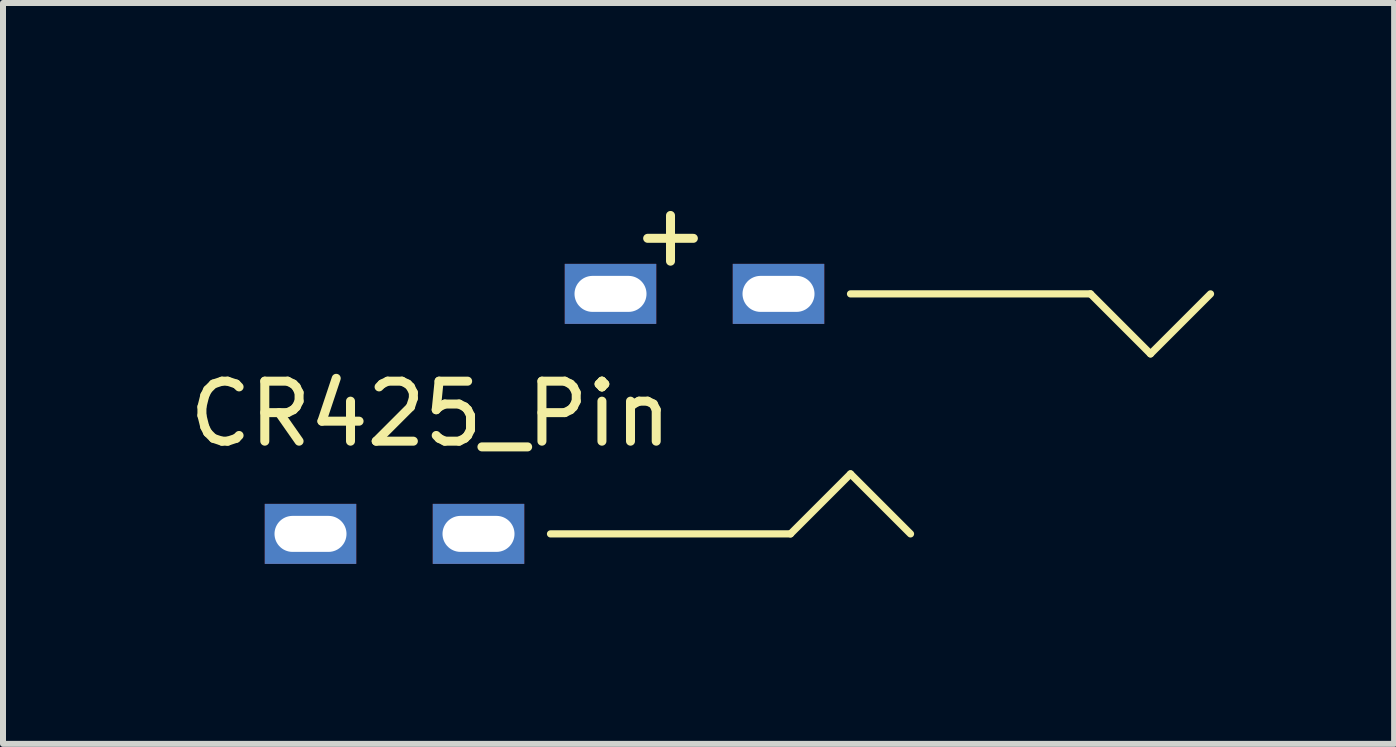
<source format=kicad_pcb>
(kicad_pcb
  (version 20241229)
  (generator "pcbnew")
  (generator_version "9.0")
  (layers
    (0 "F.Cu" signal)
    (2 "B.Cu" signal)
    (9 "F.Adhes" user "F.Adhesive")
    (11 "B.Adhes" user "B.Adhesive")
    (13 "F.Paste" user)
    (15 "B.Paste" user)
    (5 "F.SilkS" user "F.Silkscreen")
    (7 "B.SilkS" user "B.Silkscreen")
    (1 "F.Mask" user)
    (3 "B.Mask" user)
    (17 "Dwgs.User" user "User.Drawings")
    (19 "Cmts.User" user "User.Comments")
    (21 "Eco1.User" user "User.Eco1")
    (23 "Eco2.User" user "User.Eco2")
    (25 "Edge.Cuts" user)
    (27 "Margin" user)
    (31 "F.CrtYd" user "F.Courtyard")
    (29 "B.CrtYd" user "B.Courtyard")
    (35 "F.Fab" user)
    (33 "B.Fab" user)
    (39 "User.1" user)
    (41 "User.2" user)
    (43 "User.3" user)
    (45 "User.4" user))
  (footprint "CR425_Pin"
    (layer "F.Cu")
    (at 2.125 5.848)
    (property "Reference" "CR425_Pin" (at 2 -2 0) (layer "F.SilkS") (effects (font (size 1 1) (thickness 0.15))))
    (attr through_hole)
    (fp_line (start 4 0) (end 8 0) (stroke (width 0.12) (type solid)) (layer "F.SilkS"))
    (fp_line (start 8 0) (end 9 -1) (stroke (width 0.12) (type solid)) (layer "F.SilkS"))
    (fp_line (start 9 -4) (end 13 -4) (stroke (width 0.12) (type solid)) (layer "F.SilkS"))
    (fp_line (start 9 -1) (end 10 0) (stroke (width 0.12) (type solid)) (layer "F.SilkS"))
    (fp_line (start 13 -4) (end 14 -3) (stroke (width 0.12) (type solid)) (layer "F.SilkS"))
    (fp_line (start 14 -3) (end 15 -4) (stroke (width 0.12) (type solid)) (layer "F.SilkS"))
    (fp_text user "+" (at 6 -5 0) (layer "F.SilkS") (effects (font (size 1 1) (thickness 0.15))))
    (pad "1" thru_hole rect (at 0 0) (size 1.524 1) (drill oval 1.2 0.6) (layers "*.Cu" "*.Mask"))
    (pad "1" thru_hole rect (at 2.8 0) (size 1.524 1) (drill oval 1.2 0.6) (layers "*.Cu" "*.Mask"))
    (pad "2" thru_hole rect (at 5 -4) (size 1.524 1) (drill oval 1.2 0.6) (layers "*.Cu" "*.Mask"))
    (pad "2" thru_hole rect (at 7.8 -4) (size 1.524 1) (drill oval 1.2 0.6) (layers "*.Cu" "*.Mask")))
  (gr_rect
    (start -3 -3)
    (end 20.185 9.348)
    (stroke (width 0.1) (type default))
    (fill no)
    (layer "Edge.Cuts")))
</source>
